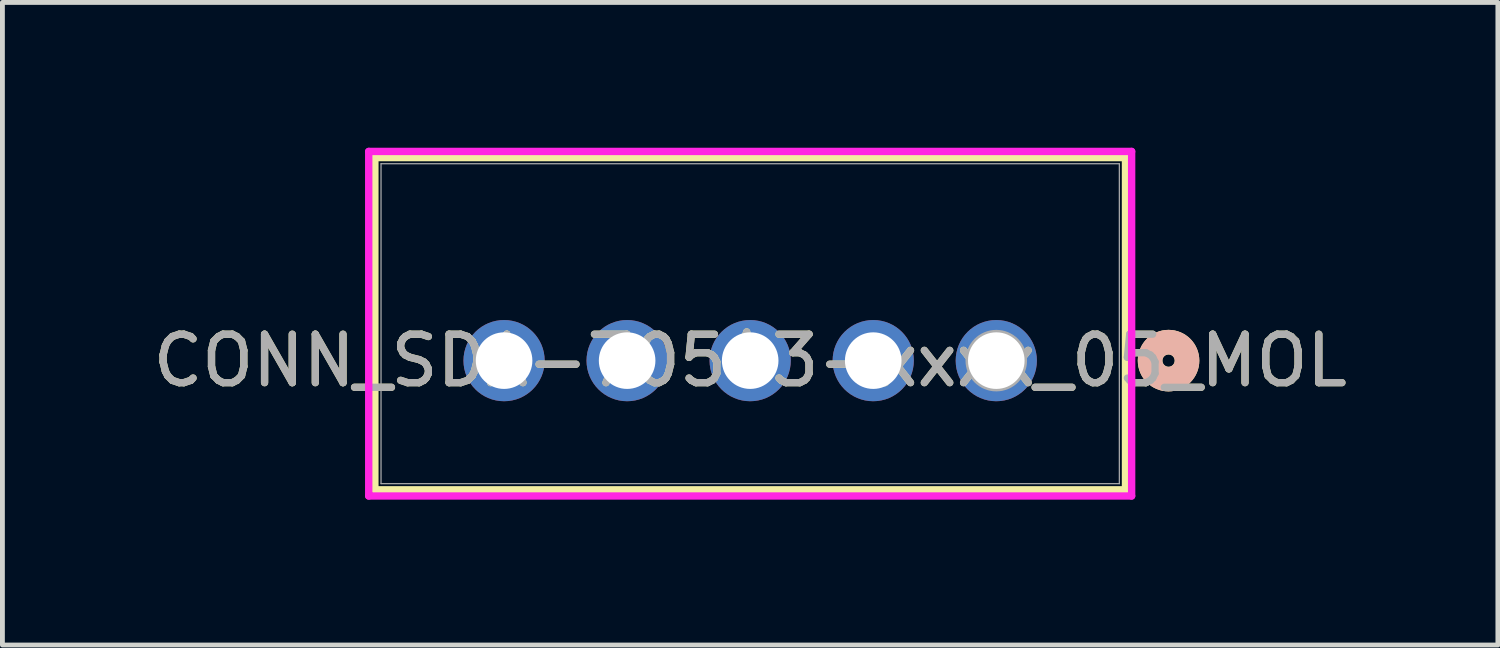
<source format=kicad_pcb>
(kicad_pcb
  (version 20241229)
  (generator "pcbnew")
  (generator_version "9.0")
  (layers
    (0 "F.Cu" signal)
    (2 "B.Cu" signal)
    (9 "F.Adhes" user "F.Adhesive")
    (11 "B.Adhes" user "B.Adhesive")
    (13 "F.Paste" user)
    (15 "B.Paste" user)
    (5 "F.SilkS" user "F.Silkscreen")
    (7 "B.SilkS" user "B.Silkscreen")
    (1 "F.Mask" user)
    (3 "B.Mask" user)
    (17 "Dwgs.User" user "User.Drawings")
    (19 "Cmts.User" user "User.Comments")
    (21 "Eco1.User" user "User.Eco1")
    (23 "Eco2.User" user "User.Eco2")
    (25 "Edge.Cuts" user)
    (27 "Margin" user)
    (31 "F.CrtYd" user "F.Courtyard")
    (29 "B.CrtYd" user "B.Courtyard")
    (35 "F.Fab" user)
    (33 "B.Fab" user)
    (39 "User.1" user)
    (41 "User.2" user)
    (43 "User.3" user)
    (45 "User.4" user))
  (footprint "CONN_SDA-70543-xxxx_05_MOL"
    (layer "F.Cu")
    (at 17.515 4.394)
    (property "Reference" "CONN_SDA-70543-xxxx_05_MOL" (at -5.08 0 0) (unlocked yes) (layer "F.SilkS") (effects (font (size 1 1) (thickness 0.15))))
    (attr through_hole)
    (fp_line (start -12.827 -4.191) (end -12.827 2.667) (stroke (width 0.152) (type solid)) (layer "F.SilkS"))
    (fp_line (start -12.827 2.667) (end 2.667 2.667) (stroke (width 0.152) (type solid)) (layer "F.SilkS"))
    (fp_line (start 2.667 -4.191) (end -12.827 -4.191) (stroke (width 0.152) (type solid)) (layer "F.SilkS"))
    (fp_line (start 2.667 2.667) (end 2.667 -4.191) (stroke (width 0.152) (type solid)) (layer "F.SilkS"))
    (fp_circle (center 3.556 0) (end 3.937 0) (stroke (width 0.508) (type solid)) (fill no) (layer "F.SilkS"))
    (fp_circle (center 3.556 0) (end 3.937 0) (stroke (width 0.508) (type solid)) (fill no) (layer "B.SilkS"))
    (fp_line (start -12.954 -4.318) (end -12.954 2.794) (stroke (width 0.152) (type solid)) (layer "F.CrtYd"))
    (fp_line (start -12.954 2.794) (end 2.794 2.794) (stroke (width 0.152) (type solid)) (layer "F.CrtYd"))
    (fp_line (start 2.794 -4.318) (end -12.954 -4.318) (stroke (width 0.152) (type solid)) (layer "F.CrtYd"))
    (fp_line (start 2.794 2.794) (end 2.794 -4.318) (stroke (width 0.152) (type solid)) (layer "F.CrtYd"))
    (fp_line (start -12.7 -4.064) (end -12.7 2.54) (stroke (width 0.025) (type solid)) (layer "F.Fab"))
    (fp_line (start -12.7 2.54) (end 2.54 2.54) (stroke (width 0.025) (type solid)) (layer "F.Fab"))
    (fp_line (start 2.54 -4.064) (end -12.7 -4.064) (stroke (width 0.025) (type solid)) (layer "F.Fab"))
    (fp_line (start 2.54 2.54) (end 2.54 -4.064) (stroke (width 0.025) (type solid)) (layer "F.Fab"))
    (fp_circle (center 0 0) (end 0.381 0) (stroke (width 0.508) (type solid)) (fill no) (layer "F.Fab"))
    (fp_text user "${REFERENCE}" (at -5.08 0 0) (unlocked yes) (layer "F.Fab") (effects (font (size 1 1) (thickness 0.15))))
    (pad "1" thru_hole circle (at 0 0) (size 1.676 1.676) (drill 1.168) (layers "*.Cu" "*.Mask"))
    (pad "2" thru_hole circle (at -2.54 0) (size 1.676 1.676) (drill 1.168) (layers "*.Cu" "*.Mask"))
    (pad "3" thru_hole circle (at -5.08 0) (size 1.676 1.676) (drill 1.168) (layers "*.Cu" "*.Mask"))
    (pad "4" thru_hole circle (at -7.62 0) (size 1.676 1.676) (drill 1.168) (layers "*.Cu" "*.Mask"))
    (pad "5" thru_hole circle (at -10.16 0) (size 1.676 1.676) (drill 1.168) (layers "*.Cu" "*.Mask")))
  (gr_rect
    (start -3 -3)
    (end 27.869 10.264)
    (stroke (width 0.1) (type default))
    (fill no)
    (layer "Edge.Cuts")))
</source>
